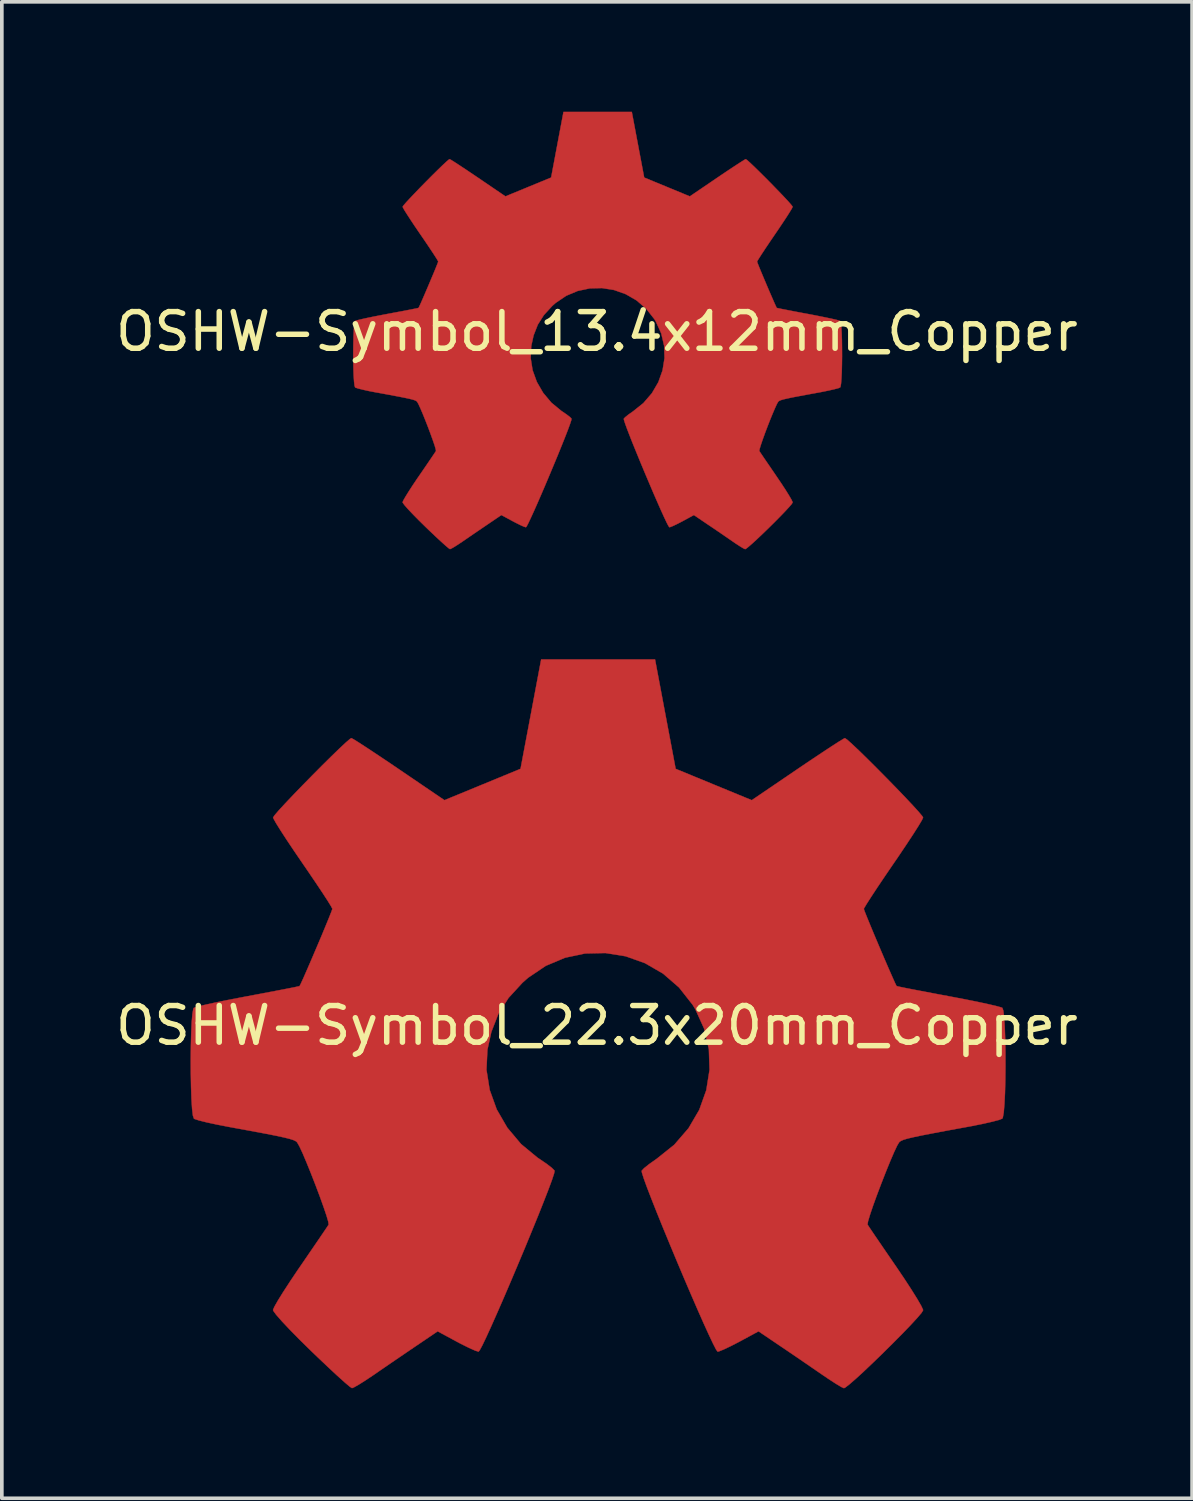
<source format=kicad_pcb>
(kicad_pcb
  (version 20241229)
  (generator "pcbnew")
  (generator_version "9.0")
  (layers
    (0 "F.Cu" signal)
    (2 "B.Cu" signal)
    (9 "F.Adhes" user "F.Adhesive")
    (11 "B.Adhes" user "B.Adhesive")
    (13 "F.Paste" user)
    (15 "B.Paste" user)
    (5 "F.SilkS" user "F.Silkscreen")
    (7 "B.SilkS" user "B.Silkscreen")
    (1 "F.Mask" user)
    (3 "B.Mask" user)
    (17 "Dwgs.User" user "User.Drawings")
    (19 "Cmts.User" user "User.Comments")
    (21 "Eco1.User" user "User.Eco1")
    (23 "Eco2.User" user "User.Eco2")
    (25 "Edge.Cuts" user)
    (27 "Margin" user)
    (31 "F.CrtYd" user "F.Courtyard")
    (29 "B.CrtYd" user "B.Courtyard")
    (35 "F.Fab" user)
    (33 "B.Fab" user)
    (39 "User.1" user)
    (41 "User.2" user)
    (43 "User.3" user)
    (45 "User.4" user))
  (footprint "OSHW-Symbol_13.4x12mm_Copper"
    (layer "F.Cu")
    (at 13.244 6)
    (property "Reference" "OSHW-Symbol_13.4x12mm_Copper" (at 0 0 0) (layer "F.SilkS") (effects (font (size 1 1) (thickness 0.15))))
    (attr exclude_from_pos_files exclude_from_bom)
    (fp_poly (pts (xy 1.12 -5.099) (xy 1.289 -4.204) (xy 1.912 -3.947) (xy 2.535 -3.69) (xy 3.282 -4.198) (xy 3.492 -4.34) (xy 3.681 -4.466) (xy 3.841 -4.571) (xy 3.964 -4.65) (xy 4.04 -4.696) (xy 4.06 -4.706) (xy 4.098 -4.681) (xy 4.177 -4.61) (xy 4.29 -4.503) (xy 4.428 -4.368) (xy 4.581 -4.216) (xy 4.741 -4.055) (xy 4.898 -3.893) (xy 5.045 -3.741) (xy 5.171 -3.607) (xy 5.268 -3.5) (xy 5.327 -3.429) (xy 5.341 -3.406) (xy 5.321 -3.362) (xy 5.264 -3.267) (xy 5.176 -3.128) (xy 5.063 -2.957) (xy 4.932 -2.762) (xy 4.856 -2.651) (xy 4.717 -2.447) (xy 4.594 -2.264) (xy 4.492 -2.109) (xy 4.418 -1.993) (xy 4.376 -1.924) (xy 4.37 -1.909) (xy 4.384 -1.868) (xy 4.422 -1.772) (xy 4.479 -1.634) (xy 4.548 -1.469) (xy 4.624 -1.289) (xy 4.701 -1.108) (xy 4.774 -0.94) (xy 4.836 -0.798) (xy 4.882 -0.696) (xy 4.906 -0.648) (xy 4.907 -0.646) (xy 4.945 -0.637) (xy 5.046 -0.616) (xy 5.2 -0.586) (xy 5.395 -0.548) (xy 5.622 -0.505) (xy 5.755 -0.481) (xy 5.998 -0.434) (xy 6.217 -0.39) (xy 6.402 -0.351) (xy 6.541 -0.319) (xy 6.623 -0.296) (xy 6.639 -0.289) (xy 6.656 -0.24) (xy 6.669 -0.129) (xy 6.679 0.03) (xy 6.686 0.226) (xy 6.689 0.444) (xy 6.69 0.672) (xy 6.687 0.897) (xy 6.682 1.106) (xy 6.673 1.286) (xy 6.662 1.424) (xy 6.647 1.507) (xy 6.638 1.525) (xy 6.586 1.546) (xy 6.474 1.575) (xy 6.318 1.61) (xy 6.133 1.648) (xy 6.069 1.66) (xy 5.757 1.717) (xy 5.511 1.763) (xy 5.322 1.799) (xy 5.183 1.829) (xy 5.084 1.852) (xy 5.018 1.872) (xy 4.978 1.89) (xy 4.953 1.907) (xy 4.95 1.911) (xy 4.916 1.967) (xy 4.865 2.077) (xy 4.801 2.226) (xy 4.729 2.401) (xy 4.655 2.59) (xy 4.584 2.778) (xy 4.521 2.953) (xy 4.471 3.1) (xy 4.439 3.207) (xy 4.431 3.259) (xy 4.432 3.261) (xy 4.46 3.304) (xy 4.524 3.399) (xy 4.616 3.535) (xy 4.732 3.704) (xy 4.862 3.894) (xy 4.899 3.949) (xy 5.032 4.145) (xy 5.149 4.324) (xy 5.243 4.475) (xy 5.309 4.589) (xy 5.34 4.655) (xy 5.341 4.663) (xy 5.316 4.706) (xy 5.244 4.79) (xy 5.136 4.907) (xy 5.001 5.047) (xy 4.848 5.202) (xy 4.685 5.363) (xy 4.524 5.519) (xy 4.371 5.664) (xy 4.238 5.786) (xy 4.132 5.878) (xy 4.064 5.931) (xy 4.045 5.939) (xy 4 5.919) (xy 3.91 5.865) (xy 3.788 5.786) (xy 3.695 5.722) (xy 3.525 5.605) (xy 3.324 5.467) (xy 3.122 5.33) (xy 3.013 5.257) (xy 2.646 5.008) (xy 2.338 5.175) (xy 2.197 5.248) (xy 2.078 5.305) (xy 1.997 5.337) (xy 1.977 5.341) (xy 1.952 5.308) (xy 1.903 5.214) (xy 1.834 5.068) (xy 1.748 4.879) (xy 1.649 4.655) (xy 1.54 4.405) (xy 1.426 4.137) (xy 1.309 3.861) (xy 1.194 3.585) (xy 1.084 3.317) (xy 0.982 3.067) (xy 0.893 2.842) (xy 0.82 2.652) (xy 0.767 2.506) (xy 0.737 2.411) (xy 0.732 2.379) (xy 0.77 2.338) (xy 0.854 2.27) (xy 0.966 2.191) (xy 0.976 2.185) (xy 1.266 1.953) (xy 1.5 1.682) (xy 1.675 1.382) (xy 1.79 1.06) (xy 1.844 0.725) (xy 1.833 0.386) (xy 1.755 0.052) (xy 1.61 -0.269) (xy 1.567 -0.34) (xy 1.344 -0.623) (xy 1.08 -0.851) (xy 0.786 -1.021) (xy 0.469 -1.134) (xy 0.139 -1.187) (xy -0.195 -1.179) (xy -0.523 -1.11) (xy -0.838 -0.978) (xy -1.129 -0.781) (xy -1.219 -0.701) (xy -1.448 -0.452) (xy -1.615 -0.189) (xy -1.73 0.105) (xy -1.794 0.397) (xy -1.809 0.725) (xy -1.757 1.055) (xy -1.641 1.375) (xy -1.468 1.674) (xy -1.243 1.942) (xy -0.971 2.166) (xy -0.935 2.19) (xy -0.822 2.268) (xy -0.736 2.335) (xy -0.694 2.378) (xy -0.694 2.379) (xy -0.703 2.425) (xy -0.738 2.531) (xy -0.795 2.686) (xy -0.872 2.884) (xy -0.964 3.114) (xy -1.067 3.368) (xy -1.179 3.638) (xy -1.295 3.915) (xy -1.411 4.19) (xy -1.525 4.455) (xy -1.632 4.701) (xy -1.729 4.919) (xy -1.812 5.1) (xy -1.877 5.237) (xy -1.921 5.32) (xy -1.939 5.341) (xy -1.994 5.325) (xy -2.096 5.279) (xy -2.228 5.213) (xy -2.3 5.175) (xy -2.609 5.008) (xy -2.976 5.257) (xy -3.163 5.384) (xy -3.369 5.524) (xy -3.561 5.656) (xy -3.657 5.722) (xy -3.793 5.813) (xy -3.907 5.885) (xy -3.986 5.929) (xy -4.012 5.938) (xy -4.049 5.913) (xy -4.132 5.843) (xy -4.252 5.735) (xy -4.401 5.597) (xy -4.572 5.435) (xy -4.68 5.331) (xy -4.868 5.146) (xy -5.031 4.98) (xy -5.162 4.841) (xy -5.254 4.736) (xy -5.301 4.671) (xy -5.305 4.658) (xy -5.284 4.608) (xy -5.227 4.508) (xy -5.139 4.366) (xy -5.028 4.194) (xy -4.899 4.002) (xy -4.862 3.949) (xy -4.728 3.754) (xy -4.608 3.578) (xy -4.509 3.432) (xy -4.437 3.325) (xy -4.398 3.267) (xy -4.394 3.261) (xy -4.4 3.215) (xy -4.429 3.113) (xy -4.478 2.97) (xy -4.54 2.798) (xy -4.61 2.61) (xy -4.684 2.421) (xy -4.756 2.243) (xy -4.821 2.091) (xy -4.874 1.976) (xy -4.91 1.914) (xy -4.913 1.911) (xy -4.935 1.893) (xy -4.972 1.875) (xy -5.032 1.856) (xy -5.124 1.833) (xy -5.255 1.805) (xy -5.434 1.77) (xy -5.668 1.726) (xy -5.967 1.671) (xy -6.031 1.66) (xy -6.223 1.623) (xy -6.39 1.586) (xy -6.517 1.554) (xy -6.591 1.53) (xy -6.601 1.525) (xy -6.617 1.475) (xy -6.63 1.364) (xy -6.641 1.204) (xy -6.648 1.008) (xy -6.652 0.79) (xy -6.653 0.562) (xy -6.65 0.337) (xy -6.645 0.128) (xy -6.637 -0.052) (xy -6.625 -0.189) (xy -6.611 -0.272) (xy -6.602 -0.289) (xy -6.553 -0.306) (xy -6.442 -0.334) (xy -6.279 -0.37) (xy -6.076 -0.412) (xy -5.844 -0.457) (xy -5.718 -0.481) (xy -5.478 -0.526) (xy -5.264 -0.566) (xy -5.086 -0.601) (xy -4.955 -0.627) (xy -4.882 -0.642) (xy -4.87 -0.646) (xy -4.85 -0.685) (xy -4.806 -0.78) (xy -4.746 -0.917) (xy -4.675 -1.082) (xy -4.598 -1.262) (xy -4.522 -1.443) (xy -4.451 -1.611) (xy -4.392 -1.755) (xy -4.351 -1.858) (xy -4.333 -1.909) (xy -4.333 -1.911) (xy -4.353 -1.951) (xy -4.41 -2.043) (xy -4.498 -2.178) (xy -4.611 -2.347) (xy -4.742 -2.541) (xy -4.819 -2.652) (xy -4.958 -2.856) (xy -5.081 -3.041) (xy -5.183 -3.198) (xy -5.258 -3.317) (xy -5.298 -3.39) (xy -5.304 -3.406) (xy -5.279 -3.444) (xy -5.209 -3.525) (xy -5.103 -3.64) (xy -4.971 -3.779) (xy -4.821 -3.935) (xy -4.662 -4.097) (xy -4.503 -4.257) (xy -4.353 -4.405) (xy -4.221 -4.533) (xy -4.115 -4.632) (xy -4.046 -4.692) (xy -4.022 -4.706) (xy -3.984 -4.686) (xy -3.894 -4.63) (xy -3.759 -4.542) (xy -3.589 -4.43) (xy -3.393 -4.298) (xy -3.245 -4.198) (xy -2.498 -3.69) (xy -1.874 -3.947) (xy -1.251 -4.204) (xy -0.914 -5.995) (xy 0.951 -5.995) (xy 1.12 -5.099)) (stroke (width 0.01) (type solid)) (fill yes) (layer "F.Cu")))
  (footprint "OSHW-Symbol_22.3x20mm_Copper"
    (layer "F.Cu")
    (at 13.244 24.941)
    (property "Reference" "OSHW-Symbol_22.3x20mm_Copper" (at 0 0 0) (layer "F.SilkS") (effects (font (size 1 1) (thickness 0.15))))
    (attr exclude_from_pos_files exclude_from_bom)
    (fp_poly (pts (xy 1.866 -8.499) (xy 2.148 -7.006) (xy 3.186 -6.578) (xy 4.225 -6.15) (xy 5.471 -6.997) (xy 5.82 -7.233) (xy 6.135 -7.443) (xy 6.402 -7.619) (xy 6.606 -7.75) (xy 6.733 -7.827) (xy 6.767 -7.844) (xy 6.83 -7.801) (xy 6.962 -7.683) (xy 7.151 -7.505) (xy 7.38 -7.281) (xy 7.635 -7.027) (xy 7.901 -6.758) (xy 8.164 -6.489) (xy 8.408 -6.235) (xy 8.618 -6.011) (xy 8.78 -5.833) (xy 8.879 -5.715) (xy 8.902 -5.676) (xy 8.868 -5.603) (xy 8.773 -5.444) (xy 8.627 -5.214) (xy 8.439 -4.929) (xy 8.22 -4.603) (xy 8.093 -4.418) (xy 7.862 -4.079) (xy 7.656 -3.773) (xy 7.487 -3.516) (xy 7.363 -3.322) (xy 7.294 -3.207) (xy 7.284 -3.182) (xy 7.307 -3.114) (xy 7.371 -2.953) (xy 7.465 -2.724) (xy 7.58 -2.448) (xy 7.707 -2.148) (xy 7.835 -1.847) (xy 7.956 -1.567) (xy 8.06 -1.331) (xy 8.136 -1.161) (xy 8.176 -1.08) (xy 8.179 -1.076) (xy 8.242 -1.061) (xy 8.41 -1.026) (xy 8.666 -0.976) (xy 8.992 -0.914) (xy 9.371 -0.842) (xy 9.591 -0.801) (xy 9.996 -0.724) (xy 10.362 -0.651) (xy 10.669 -0.585) (xy 10.901 -0.531) (xy 11.038 -0.493) (xy 11.066 -0.481) (xy 11.093 -0.4) (xy 11.115 -0.215) (xy 11.131 0.051) (xy 11.143 0.376) (xy 11.149 0.74) (xy 11.15 1.12) (xy 11.146 1.495) (xy 11.137 1.843) (xy 11.122 2.143) (xy 11.103 2.373) (xy 11.078 2.512) (xy 11.064 2.541) (xy 10.976 2.576) (xy 10.79 2.625) (xy 10.531 2.684) (xy 10.222 2.746) (xy 10.114 2.766) (xy 9.595 2.861) (xy 9.185 2.938) (xy 8.87 2.999) (xy 8.638 3.048) (xy 8.473 3.087) (xy 8.364 3.12) (xy 8.296 3.15) (xy 8.256 3.179) (xy 8.25 3.185) (xy 8.194 3.278) (xy 8.108 3.461) (xy 8.001 3.71) (xy 7.882 4.002) (xy 7.759 4.317) (xy 7.64 4.631) (xy 7.535 4.921) (xy 7.452 5.167) (xy 7.399 5.345) (xy 7.385 5.432) (xy 7.386 5.435) (xy 7.433 5.507) (xy 7.539 5.665) (xy 7.694 5.892) (xy 7.886 6.173) (xy 8.104 6.491) (xy 8.166 6.581) (xy 8.387 6.908) (xy 8.581 7.206) (xy 8.739 7.459) (xy 8.849 7.649) (xy 8.9 7.759) (xy 8.902 7.772) (xy 8.859 7.843) (xy 8.74 7.983) (xy 8.56 8.178) (xy 8.335 8.412) (xy 8.079 8.67) (xy 7.809 8.938) (xy 7.539 9.199) (xy 7.286 9.44) (xy 7.063 9.644) (xy 6.887 9.797) (xy 6.773 9.884) (xy 6.741 9.899) (xy 6.667 9.865) (xy 6.517 9.775) (xy 6.314 9.643) (xy 6.158 9.537) (xy 5.874 9.342) (xy 5.539 9.112) (xy 5.203 8.883) (xy 5.022 8.761) (xy 4.41 8.347) (xy 3.896 8.625) (xy 3.662 8.746) (xy 3.463 8.841) (xy 3.329 8.895) (xy 3.294 8.902) (xy 3.253 8.847) (xy 3.172 8.69) (xy 3.057 8.447) (xy 2.913 8.131) (xy 2.748 7.758) (xy 2.567 7.341) (xy 2.376 6.895) (xy 2.182 6.435) (xy 1.99 5.974) (xy 1.806 5.528) (xy 1.637 5.111) (xy 1.489 4.737) (xy 1.367 4.421) (xy 1.278 4.177) (xy 1.228 4.019) (xy 1.22 3.965) (xy 1.284 3.896) (xy 1.424 3.784) (xy 1.611 3.652) (xy 1.626 3.642) (xy 2.11 3.255) (xy 2.499 2.804) (xy 2.792 2.303) (xy 2.984 1.766) (xy 3.073 1.208) (xy 3.054 0.643) (xy 2.925 0.086) (xy 2.683 -0.449) (xy 2.611 -0.566) (xy 2.24 -1.038) (xy 1.801 -1.418) (xy 1.31 -1.702) (xy 0.782 -1.89) (xy 0.232 -1.978) (xy -0.325 -1.966) (xy -0.872 -1.85) (xy -1.397 -1.629) (xy -1.882 -1.302) (xy -2.032 -1.169) (xy -2.414 -0.753) (xy -2.692 -0.315) (xy -2.883 0.176) (xy -2.99 0.662) (xy -3.016 1.208) (xy -2.928 1.758) (xy -2.736 2.291) (xy -2.447 2.79) (xy -2.072 3.236) (xy -1.618 3.611) (xy -1.558 3.65) (xy -1.369 3.779) (xy -1.226 3.891) (xy -1.157 3.963) (xy -1.156 3.965) (xy -1.171 4.042) (xy -1.229 4.218) (xy -1.325 4.477) (xy -1.453 4.806) (xy -1.606 5.19) (xy -1.779 5.614) (xy -1.964 6.063) (xy -2.158 6.525) (xy -2.352 6.984) (xy -2.541 7.425) (xy -2.72 7.835) (xy -2.881 8.198) (xy -3.019 8.501) (xy -3.128 8.728) (xy -3.202 8.866) (xy -3.232 8.902) (xy -3.323 8.874) (xy -3.493 8.798) (xy -3.713 8.689) (xy -3.834 8.625) (xy -4.348 8.347) (xy -4.96 8.761) (xy -5.272 8.973) (xy -5.614 9.206) (xy -5.935 9.426) (xy -6.095 9.537) (xy -6.321 9.688) (xy -6.512 9.808) (xy -6.644 9.882) (xy -6.687 9.897) (xy -6.749 9.856) (xy -6.887 9.739) (xy -7.087 9.559) (xy -7.335 9.328) (xy -7.619 9.059) (xy -7.799 8.886) (xy -8.114 8.577) (xy -8.385 8.301) (xy -8.603 8.069) (xy -8.757 7.893) (xy -8.835 7.786) (xy -8.842 7.764) (xy -8.807 7.681) (xy -8.712 7.513) (xy -8.566 7.277) (xy -8.38 6.991) (xy -8.165 6.67) (xy -8.103 6.581) (xy -7.881 6.256) (xy -7.681 5.964) (xy -7.515 5.72) (xy -7.394 5.542) (xy -7.33 5.445) (xy -7.324 5.435) (xy -7.333 5.358) (xy -7.382 5.189) (xy -7.463 4.95) (xy -7.566 4.663) (xy -7.684 4.35) (xy -7.807 4.035) (xy -7.927 3.739) (xy -8.035 3.484) (xy -8.124 3.294) (xy -8.184 3.19) (xy -8.188 3.185) (xy -8.224 3.155) (xy -8.286 3.126) (xy -8.387 3.094) (xy -8.539 3.056) (xy -8.758 3.009) (xy -9.056 2.95) (xy -9.447 2.877) (xy -9.944 2.786) (xy -10.052 2.766) (xy -10.371 2.704) (xy -10.65 2.644) (xy -10.862 2.591) (xy -10.985 2.551) (xy -11.001 2.541) (xy -11.029 2.458) (xy -11.051 2.273) (xy -11.068 2.006) (xy -11.079 1.68) (xy -11.086 1.316) (xy -11.088 0.936) (xy -11.084 0.561) (xy -11.075 0.213) (xy -11.062 -0.086) (xy -11.042 -0.315) (xy -11.018 -0.453) (xy -11.004 -0.481) (xy -10.922 -0.51) (xy -10.736 -0.556) (xy -10.465 -0.616) (xy -10.127 -0.686) (xy -9.74 -0.761) (xy -9.529 -0.801) (xy -9.129 -0.876) (xy -8.773 -0.944) (xy -8.477 -1.001) (xy -8.259 -1.044) (xy -8.137 -1.071) (xy -8.117 -1.076) (xy -8.083 -1.142) (xy -8.011 -1.3) (xy -7.911 -1.528) (xy -7.792 -1.803) (xy -7.664 -2.103) (xy -7.536 -2.404) (xy -7.419 -2.686) (xy -7.321 -2.924) (xy -7.252 -3.097) (xy -7.222 -3.182) (xy -7.222 -3.185) (xy -7.256 -3.252) (xy -7.351 -3.406) (xy -7.497 -3.631) (xy -7.685 -3.912) (xy -7.904 -4.235) (xy -8.031 -4.42) (xy -8.263 -4.76) (xy -8.469 -5.068) (xy -8.639 -5.33) (xy -8.763 -5.529) (xy -8.83 -5.65) (xy -8.84 -5.677) (xy -8.798 -5.74) (xy -8.682 -5.875) (xy -8.506 -6.066) (xy -8.285 -6.299) (xy -8.035 -6.558) (xy -7.77 -6.828) (xy -7.505 -7.095) (xy -7.255 -7.342) (xy -7.034 -7.556) (xy -6.859 -7.72) (xy -6.743 -7.82) (xy -6.704 -7.844) (xy -6.641 -7.811) (xy -6.489 -7.716) (xy -6.265 -7.57) (xy -5.982 -7.383) (xy -5.655 -7.164) (xy -5.409 -6.997) (xy -4.163 -6.15) (xy -3.124 -6.578) (xy -2.086 -7.006) (xy -1.804 -8.499) (xy -1.523 -9.992) (xy 1.585 -9.992) (xy 1.866 -8.499)) (stroke (width 0.01) (type solid)) (fill yes) (layer "F.Cu")))
  (gr_rect
    (start -3 -3)
    (end 29.488 37.845)
    (stroke (width 0.1) (type default))
    (fill no)
    (layer "Edge.Cuts")))
</source>
